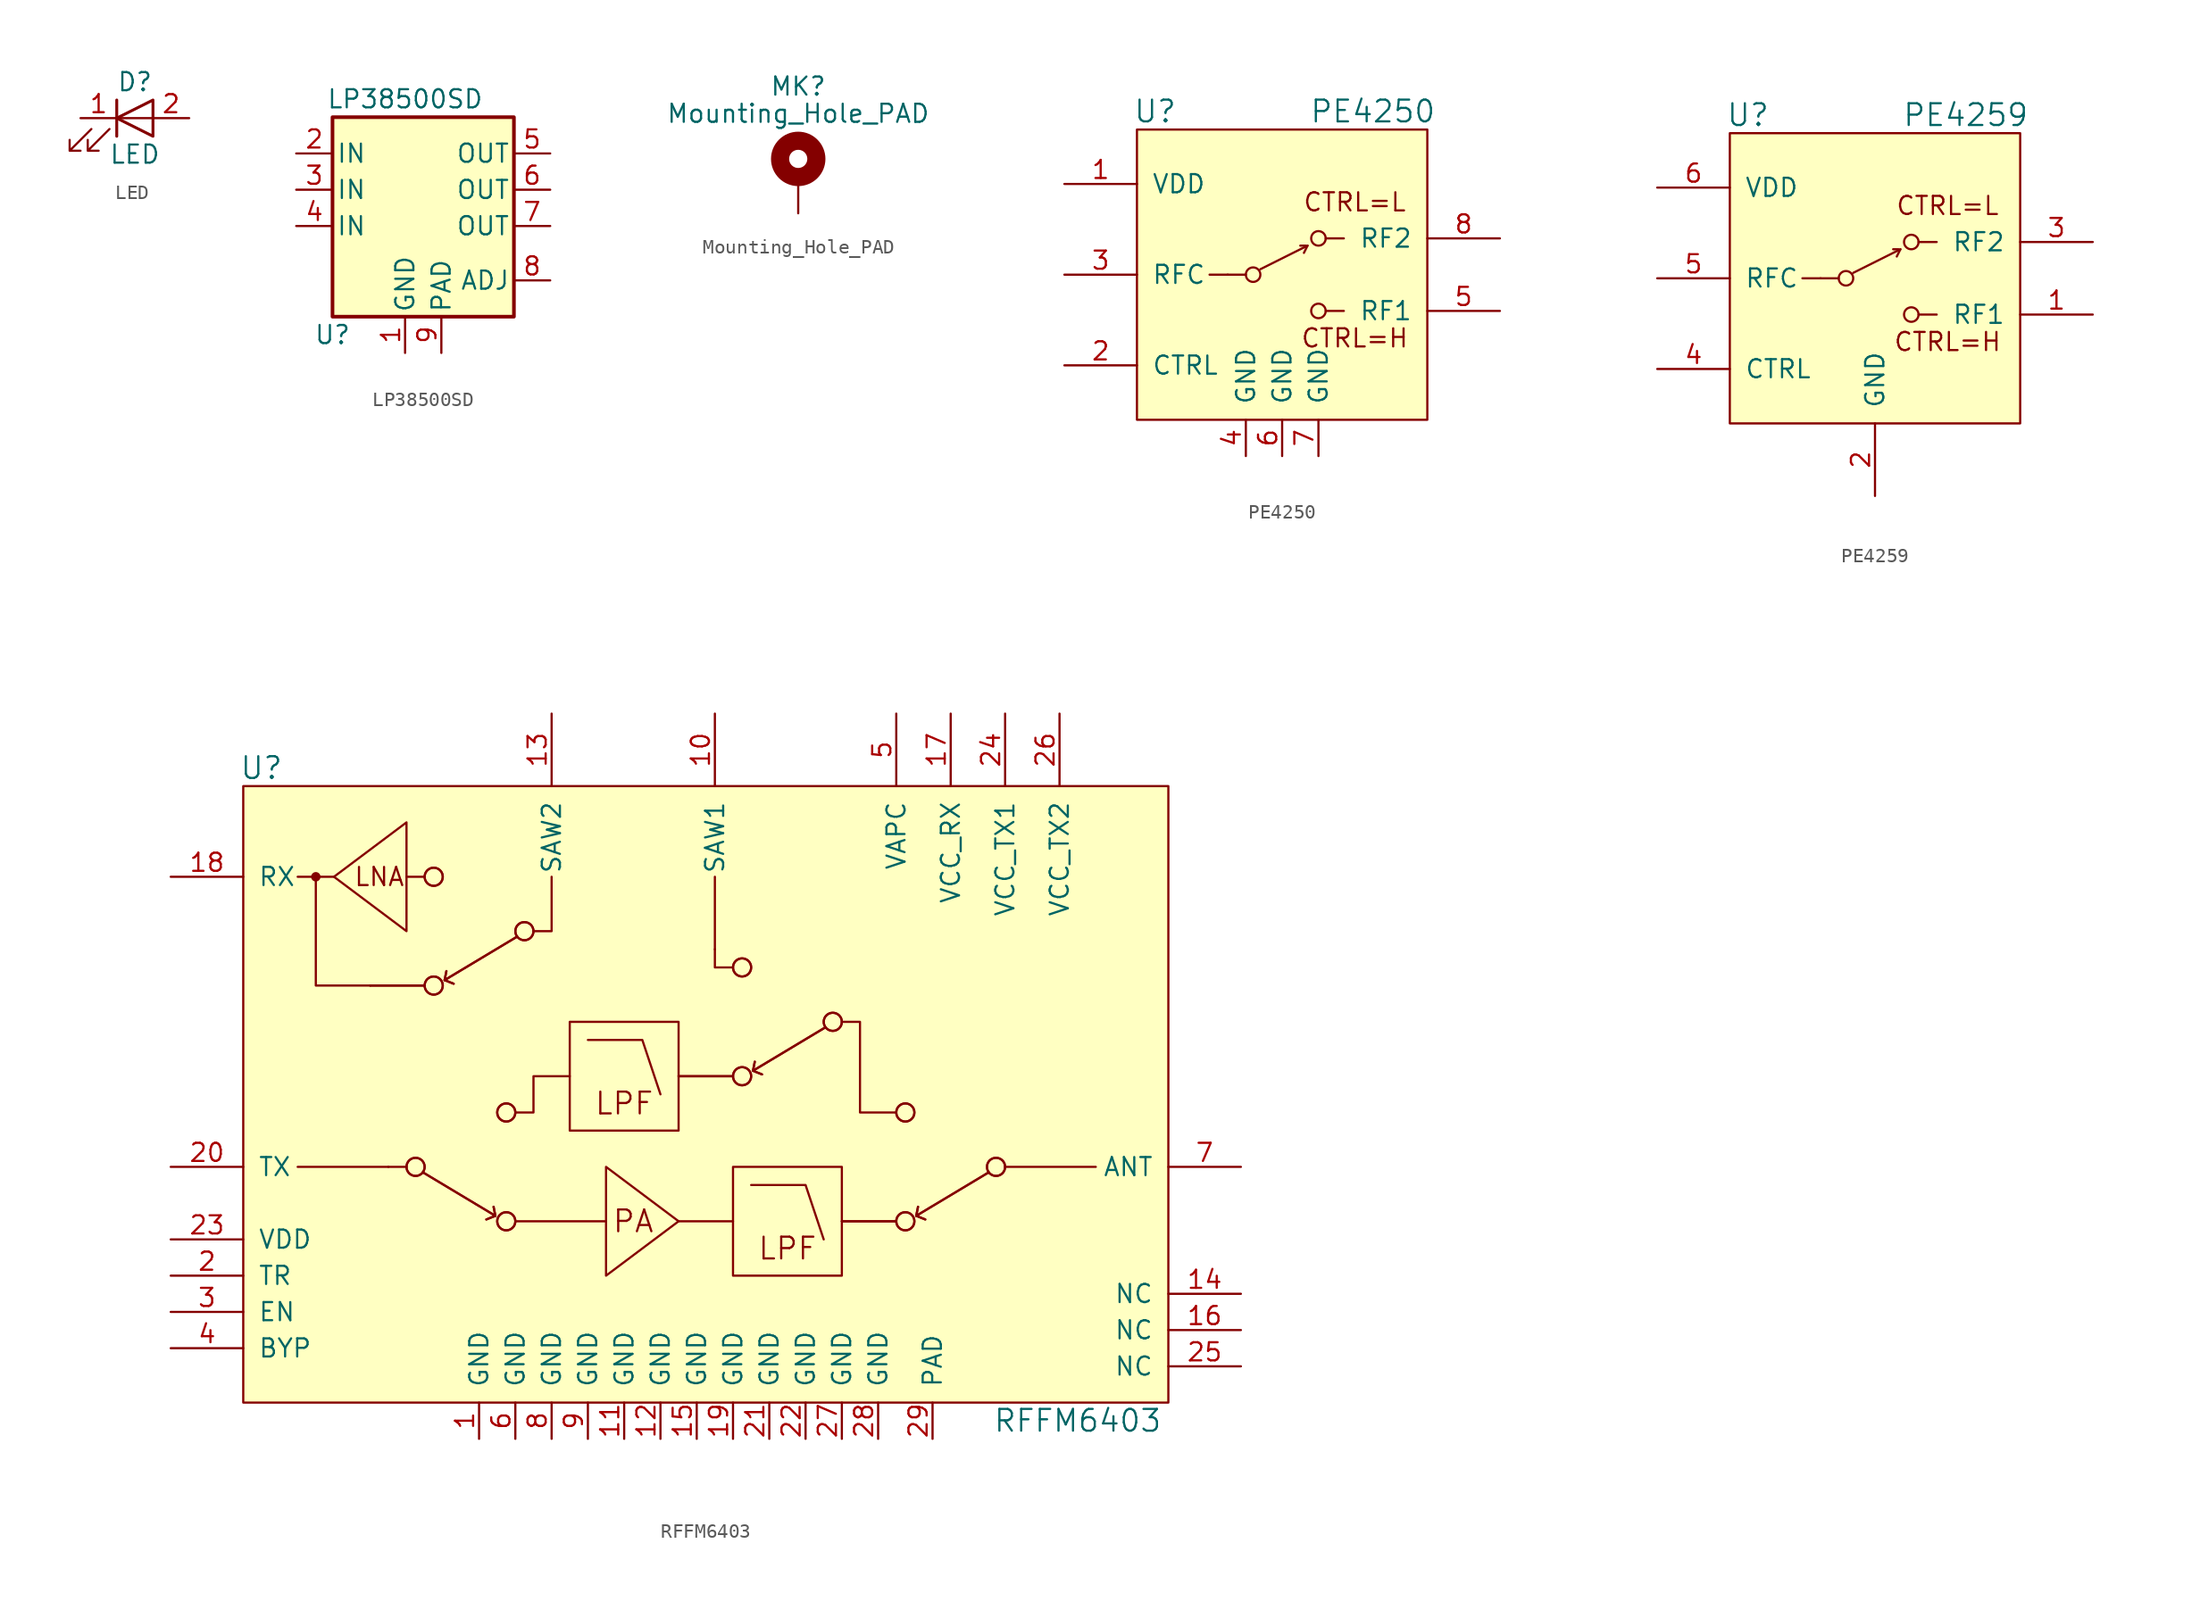
<source format=kicad_sym>
(kicad_symbol_lib
  (version 20210619)
  (generator kicad_symbol_editor)
  (symbol "openlst-hw:LED"
    (pin_names
      (offset 1.016) hide)
    (property "Reference" "D"
      (at 0 2.54 0)
      (effects (font (size 1.27 1.27))))
    (property "Value" "LED"
      (at 0 -2.54 0)
      (effects (font (size 1.27 1.27))))
    (symbol "LED_0_1"
      (polyline (pts (xy -1.27 -1.27) (xy -1.27 1.27)) (stroke (width 0.203)) (fill (type none)))
      (polyline (pts (xy -1.27 0) (xy 1.27 0)) (stroke (width 0)) (fill (type none)))
      (polyline (pts (xy 1.27 -1.27) (xy 1.27 1.27) (xy -1.27 0) (xy 1.27 -1.27)) (stroke (width 0.203)) (fill (type none)))
      (polyline (pts (xy -3.048 -0.762) (xy -4.572 -2.286) (xy -3.81 -2.286) (xy -4.572 -2.286) (xy -4.572 -1.524)) (stroke (width 0)) (fill (type none)))
      (polyline (pts (xy -1.778 -0.762) (xy -3.302 -2.286) (xy -2.54 -2.286) (xy -3.302 -2.286) (xy -3.302 -1.524)) (stroke (width 0)) (fill (type none))))
    (symbol "LED_1_1"
      (pin passive line (at -3.81 0 0) (length 2.54) (name "K" (effects (font (size 1.27 1.27)))) (number "1" (effects (font (size 1.27 1.27)))))
      (pin passive line (at 3.81 0 180) (length 2.54) (name "A" (effects (font (size 1.27 1.27)))) (number "2" (effects (font (size 1.27 1.27)))))))
  (symbol "openlst-hw:LP38500SD"
    (pin_names
      (offset 0.254))
    (property "Reference" "U"
      (at -6.35 -10.16 0)
      (effects (font (size 1.27 1.27))))
    (property "Value" "LP38500SD"
      (at -1.27 6.35 0)
      (effects (font (size 1.27 1.27))))
    (symbol "LP38500SD_0_0"
      (pin power_out line (at 8.89 0 180) (length 2.54) (name "OUT" (effects (font (size 1.27 1.27)))) (number "6" (effects (font (size 1.27 1.27)))))
      (pin power_out line (at 8.89 -2.54 180) (length 2.54) (name "OUT" (effects (font (size 1.27 1.27)))) (number "7" (effects (font (size 1.27 1.27)))))
      (pin input line (at 8.89 -6.35 180) (length 2.54) (name "ADJ" (effects (font (size 1.27 1.27)))) (number "8" (effects (font (size 1.27 1.27)))))
      (pin passive line (at 1.27 -11.43 90) (length 2.54) (name "PAD" (effects (font (size 1.27 1.27)))) (number "9" (effects (font (size 1.27 1.27))))))
    (symbol "LP38500SD_0_1"
      (rectangle (start -6.35 -8.89) (end 6.35 5.08) (stroke (width 0.254)) (fill (type background))))
    (symbol "LP38500SD_1_1"
      (pin power_in line (at -1.27 -11.43 90) (length 2.54) (name "GND" (effects (font (size 1.27 1.27)))) (number "1" (effects (font (size 1.27 1.27)))))
      (pin power_in line (at -8.89 2.54 0) (length 2.54) (name "IN" (effects (font (size 1.27 1.27)))) (number "2" (effects (font (size 1.27 1.27)))))
      (pin power_in line (at -8.89 0 0) (length 2.54) (name "IN" (effects (font (size 1.27 1.27)))) (number "3" (effects (font (size 1.27 1.27)))))
      (pin power_in line (at -8.89 -2.54 0) (length 2.54) (name "IN" (effects (font (size 1.27 1.27)))) (number "4" (effects (font (size 1.27 1.27)))))
      (pin power_out line (at 8.89 2.54 180) (length 2.54) (name "OUT" (effects (font (size 1.27 1.27)))) (number "5" (effects (font (size 1.27 1.27)))))))
  (symbol "openlst-hw:Mounting_Hole_PAD"
    (pin_numbers hide)
    (pin_names
      (offset 1.016) hide)
    (property "Reference" "MK"
      (at 0 6.35 0)
      (effects (font (size 1.27 1.27))))
    (property "Value" "Mounting_Hole_PAD"
      (at 0 4.445 0)
      (effects (font (size 1.27 1.27))))
    (symbol "Mounting_Hole_PAD_0_1"
      (circle (center 0 1.27) (radius 1.27) (stroke (width 1.27)) (fill (type none))))
    (symbol "Mounting_Hole_PAD_1_1"
      (pin input line (at 0 -2.54 90) (length 2.54) (name "1" (effects (font (size 1.27 1.27)))) (number "1" (effects (font (size 1.27 1.27)))))))
  (symbol "openlst-hw:PE4250"
    (pin_names
      (offset 1.016))
    (property "Reference" "U"
      (at -8.89 11.43 0)
      (effects (font (size 1.524 1.524))))
    (property "Value" "PE4250"
      (at 6.35 11.43 0)
      (effects (font (size 1.524 1.524))))
    (symbol "PE4250_0_0"
      (text "CTRL=H" (at 5.08 -4.445 0) (effects (font (size 1.27 1.27))))
      (text "CTRL=L" (at 5.08 5.08 0) (effects (font (size 1.27 1.27))))
      (pin passive line (at 0 -12.7 90) (length 2.54) (name "GND" (effects (font (size 1.27 1.27)))) (number "6" (effects (font (size 1.27 1.27)))))
      (pin passive line (at 2.54 -12.7 90) (length 2.54) (name "GND" (effects (font (size 1.27 1.27)))) (number "7" (effects (font (size 1.27 1.27))))))
    (symbol "PE4250_0_1"
      (circle (center -2.032 0) (radius 0.508) (stroke (width 0)) (fill (type none)))
      (circle (center 2.54 -2.54) (radius 0.508) (stroke (width 0)) (fill (type none)))
      (circle (center 2.54 2.54) (radius 0.508) (stroke (width 0)) (fill (type none)))
      (rectangle (start -10.16 10.16) (end 10.16 -10.16) (stroke (width 0)) (fill (type background)))
      (polyline (pts (xy -3.81 0) (xy -5.08 0)) (stroke (width 0)) (fill (type none)))
      (polyline (pts (xy -3.81 0) (xy -2.54 0)) (stroke (width 0)) (fill (type none)))
      (polyline (pts (xy -1.524 0.381) (xy 1.778 2.032)) (stroke (width 0)) (fill (type none)))
      (polyline (pts (xy 1.651 2.032) (xy 1.27 2.032)) (stroke (width 0)) (fill (type none)))
      (polyline (pts (xy 1.778 2.032) (xy 1.524 1.524)) (stroke (width 0)) (fill (type none)))
      (polyline (pts (xy 3.048 -2.54) (xy 4.318 -2.54)) (stroke (width 0)) (fill (type none)))
      (polyline (pts (xy 3.048 2.54) (xy 4.318 2.54)) (stroke (width 0)) (fill (type none))))
    (symbol "PE4250_1_1"
      (pin passive line (at -15.24 6.35 0) (length 5.08) (name "VDD" (effects (font (size 1.27 1.27)))) (number "1" (effects (font (size 1.27 1.27)))))
      (pin passive line (at -15.24 -6.35 0) (length 5.08) (name "CTRL" (effects (font (size 1.27 1.27)))) (number "2" (effects (font (size 1.27 1.27)))))
      (pin passive line (at -15.24 0 0) (length 5.08) (name "RFC" (effects (font (size 1.27 1.27)))) (number "3" (effects (font (size 1.27 1.27)))))
      (pin passive line (at -2.54 -12.7 90) (length 2.54) (name "GND" (effects (font (size 1.27 1.27)))) (number "4" (effects (font (size 1.27 1.27)))))
      (pin passive line (at 15.24 -2.54 180) (length 5.08) (name "RF1" (effects (font (size 1.27 1.27)))) (number "5" (effects (font (size 1.27 1.27)))))
      (pin passive line (at 15.24 2.54 180) (length 5.08) (name "RF2" (effects (font (size 1.27 1.27)))) (number "8" (effects (font (size 1.27 1.27)))))))
  (symbol "openlst-hw:PE4259"
    (pin_names
      (offset 1.016))
    (property "Reference" "U"
      (at -8.89 11.43 0)
      (effects (font (size 1.524 1.524))))
    (property "Value" "PE4259"
      (at 6.35 11.43 0)
      (effects (font (size 1.524 1.524))))
    (symbol "PE4259_0_0"
      (text "CTRL=H" (at 5.08 -4.445 0) (effects (font (size 1.27 1.27))))
      (text "CTRL=L" (at 5.08 5.08 0) (effects (font (size 1.27 1.27)))))
    (symbol "PE4259_0_1"
      (circle (center -2.032 0) (radius 0.508) (stroke (width 0)) (fill (type none)))
      (circle (center 2.54 -2.54) (radius 0.508) (stroke (width 0)) (fill (type none)))
      (circle (center 2.54 2.54) (radius 0.508) (stroke (width 0)) (fill (type none)))
      (rectangle (start -10.16 10.16) (end 10.16 -10.16) (stroke (width 0)) (fill (type background)))
      (polyline (pts (xy -3.81 0) (xy -5.08 0)) (stroke (width 0)) (fill (type none)))
      (polyline (pts (xy -3.81 0) (xy -2.54 0)) (stroke (width 0)) (fill (type none)))
      (polyline (pts (xy -1.524 0.381) (xy 1.778 2.032)) (stroke (width 0)) (fill (type none)))
      (polyline (pts (xy 1.651 2.032) (xy 1.27 2.032)) (stroke (width 0)) (fill (type none)))
      (polyline (pts (xy 1.778 2.032) (xy 1.524 1.524)) (stroke (width 0)) (fill (type none)))
      (polyline (pts (xy 3.048 -2.54) (xy 4.318 -2.54)) (stroke (width 0)) (fill (type none)))
      (polyline (pts (xy 3.048 2.54) (xy 4.318 2.54)) (stroke (width 0)) (fill (type none))))
    (symbol "PE4259_1_1"
      (pin passive line (at 15.24 -2.54 180) (length 5.08) (name "RF1" (effects (font (size 1.27 1.27)))) (number "1" (effects (font (size 1.27 1.27)))))
      (pin passive line (at 0 -15.24 90) (length 5.08) (name "GND" (effects (font (size 1.27 1.27)))) (number "2" (effects (font (size 1.27 1.27)))))
      (pin passive line (at 15.24 2.54 180) (length 5.08) (name "RF2" (effects (font (size 1.27 1.27)))) (number "3" (effects (font (size 1.27 1.27)))))
      (pin passive line (at -15.24 -6.35 0) (length 5.08) (name "CTRL" (effects (font (size 1.27 1.27)))) (number "4" (effects (font (size 1.27 1.27)))))
      (pin passive line (at -15.24 0 0) (length 5.08) (name "RFC" (effects (font (size 1.27 1.27)))) (number "5" (effects (font (size 1.27 1.27)))))
      (pin passive line (at -15.24 6.35 0) (length 5.08) (name "VDD" (effects (font (size 1.27 1.27)))) (number "6" (effects (font (size 1.27 1.27)))))))
  (symbol "openlst-hw:RFFM6403"
    (pin_names
      (offset 1.016))
    (property "Reference" "U"
      (at -30.48 22.86 0)
      (effects (font (size 1.524 1.524))))
    (property "Value" "RFFM6403"
      (at 26.67 -22.86 0)
      (effects (font (size 1.524 1.524))))
    (symbol "RFFM6403_0_0"
      (circle (center -26.67 15.24) (radius 0.254) (stroke (width 0)) (fill (type outline)))
      (text "LNA" (at -22.225 15.24 0) (effects (font (size 1.27 1.27))))
      (text "LPF" (at -5.08 -0.635 0) (effects (font (size 1.524 1.524))))
      (text "LPF" (at 6.35 -10.795 0) (effects (font (size 1.524 1.524))))
      (text "PA" (at -4.445 -8.89 0) (effects (font (size 1.524 1.524))))
      (rectangle (start -31.75 21.59) (end 33.02 -21.59) (stroke (width 0)) (fill (type background)))
      (polyline (pts (xy -25.4 15.24) (xy -27.94 15.24)) (stroke (width 0)) (fill (type none)))
      (polyline (pts (xy -22.86 7.62) (xy -19.05 7.62)) (stroke (width 0)) (fill (type none)))
      (polyline (pts (xy -22.86 7.62) (xy -19.05 7.62)) (stroke (width 0)) (fill (type none)))
      (polyline (pts (xy -21.59 -5.08) (xy -27.94 -5.08)) (stroke (width 0)) (fill (type none)))
      (polyline (pts (xy -20.32 15.24) (xy -19.05 15.24)) (stroke (width 0)) (fill (type none)))
      (polyline (pts (xy -1.27 -8.89) (xy 2.54 -8.89)) (stroke (width 0)) (fill (type none)))
      (polyline (pts (xy -1.27 1.27) (xy 2.54 1.27)) (stroke (width 0)) (fill (type none)))
      (polyline (pts (xy -1.27 1.27) (xy 2.54 1.27)) (stroke (width 0)) (fill (type none)))
      (polyline (pts (xy 1.27 10.16) (xy 1.27 15.24)) (stroke (width 0)) (fill (type none)))
      (polyline (pts (xy 10.16 -8.89) (xy 13.97 -8.89)) (stroke (width 0)) (fill (type none)))
      (polyline (pts (xy 10.16 -8.89) (xy 13.97 -8.89)) (stroke (width 0)) (fill (type none)))
      (polyline (pts (xy -22.86 7.62) (xy -26.67 7.62) (xy -26.67 15.24)) (stroke (width 0)) (fill (type none)))
      (polyline (pts (xy -11.43 11.43) (xy -10.16 11.43) (xy -10.16 15.24)) (stroke (width 0)) (fill (type none)))
      (polyline (pts (xy 2.54 8.89) (xy 1.27 8.89) (xy 1.27 10.16)) (stroke (width 0)) (fill (type none))))
    (symbol "RFFM6403_0_1"
      (circle (center -19.685 -5.08) (radius 0.635) (stroke (width 0)) (fill (type none)))
      (circle (center -19.685 -5.08) (radius 0.635) (stroke (width 0)) (fill (type none)))
      (circle (center -18.415 7.62) (radius 0.635) (stroke (width 0)) (fill (type none)))
      (circle (center -18.415 7.62) (radius 0.635) (stroke (width 0)) (fill (type none)))
      (circle (center -18.415 15.24) (radius 0.635) (stroke (width 0)) (fill (type none)))
      (circle (center -18.415 15.24) (radius 0.635) (stroke (width 0)) (fill (type none)))
      (circle (center -13.335 -8.89) (radius 0.635) (stroke (width 0)) (fill (type none)))
      (circle (center -13.335 -8.89) (radius 0.635) (stroke (width 0)) (fill (type none)))
      (circle (center -13.335 -1.27) (radius 0.635) (stroke (width 0)) (fill (type none)))
      (circle (center -13.335 -1.27) (radius 0.635) (stroke (width 0)) (fill (type none)))
      (circle (center -12.065 11.43) (radius 0.635) (stroke (width 0)) (fill (type none)))
      (circle (center -12.065 11.43) (radius 0.635) (stroke (width 0)) (fill (type none)))
      (circle (center 3.175 1.27) (radius 0.635) (stroke (width 0)) (fill (type none)))
      (circle (center 3.175 1.27) (radius 0.635) (stroke (width 0)) (fill (type none)))
      (circle (center 3.175 8.89) (radius 0.635) (stroke (width 0)) (fill (type none)))
      (circle (center 3.175 8.89) (radius 0.635) (stroke (width 0)) (fill (type none)))
      (circle (center 9.525 5.08) (radius 0.635) (stroke (width 0)) (fill (type none)))
      (circle (center 9.525 5.08) (radius 0.635) (stroke (width 0)) (fill (type none)))
      (circle (center 14.605 -8.89) (radius 0.635) (stroke (width 0)) (fill (type none)))
      (circle (center 14.605 -8.89) (radius 0.635) (stroke (width 0)) (fill (type none)))
      (circle (center 14.605 -1.27) (radius 0.635) (stroke (width 0)) (fill (type none)))
      (circle (center 14.605 -1.27) (radius 0.635) (stroke (width 0)) (fill (type none)))
      (circle (center 20.955 -5.08) (radius 0.635) (stroke (width 0)) (fill (type none)))
      (circle (center 20.955 -5.08) (radius 0.635) (stroke (width 0)) (fill (type none)))
      (rectangle (start -8.89 5.08) (end -1.27 -2.54) (stroke (width 0)) (fill (type none)))
      (rectangle (start 2.54 -5.08) (end 10.16 -12.7) (stroke (width 0)) (fill (type none)))
      (polyline (pts (xy -20.32 -5.08) (xy -21.59 -5.08)) (stroke (width 0)) (fill (type none)))
      (polyline (pts (xy -17.653 8.001) (xy -17.018 7.747)) (stroke (width 0)) (fill (type none)))
      (polyline (pts (xy -17.653 8.001) (xy -17.018 7.747)) (stroke (width 0)) (fill (type none)))
      (polyline (pts (xy -14.097 -8.509) (xy -14.732 -8.763)) (stroke (width 0)) (fill (type none)))
      (polyline (pts (xy -14.097 -8.509) (xy -14.732 -8.763)) (stroke (width 0)) (fill (type none)))
      (polyline (pts (xy -12.7 -8.89) (xy -6.35 -8.89)) (stroke (width 0)) (fill (type none)))
      (polyline (pts (xy 3.937 1.651) (xy 4.572 1.397)) (stroke (width 0)) (fill (type none)))
      (polyline (pts (xy 3.937 1.651) (xy 4.572 1.397)) (stroke (width 0)) (fill (type none)))
      (polyline (pts (xy 15.367 -8.509) (xy 16.002 -8.763)) (stroke (width 0)) (fill (type none)))
      (polyline (pts (xy 15.367 -8.509) (xy 16.002 -8.763)) (stroke (width 0)) (fill (type none)))
      (polyline (pts (xy 21.59 -5.08) (xy 27.94 -5.08)) (stroke (width 0)) (fill (type none)))
      (polyline (pts (xy -19.177 -5.461) (xy -14.097 -8.509) (xy -14.224 -7.874)) (stroke (width 0)) (fill (type none)))
      (polyline (pts (xy -19.177 -5.461) (xy -14.097 -8.509) (xy -14.224 -7.874)) (stroke (width 0)) (fill (type none)))
      (polyline (pts (xy -12.573 11.049) (xy -17.653 8.001) (xy -17.526 8.636)) (stroke (width 0)) (fill (type none)))
      (polyline (pts (xy -12.573 11.049) (xy -17.653 8.001) (xy -17.526 8.636)) (stroke (width 0)) (fill (type none)))
      (polyline (pts (xy -7.62 3.81) (xy -3.81 3.81) (xy -2.54 0)) (stroke (width 0)) (fill (type none)))
      (polyline (pts (xy 3.81 -6.35) (xy 7.62 -6.35) (xy 8.89 -10.16)) (stroke (width 0)) (fill (type none)))
      (polyline (pts (xy 9.017 4.699) (xy 3.937 1.651) (xy 4.064 2.286)) (stroke (width 0)) (fill (type none)))
      (polyline (pts (xy 9.017 4.699) (xy 3.937 1.651) (xy 4.064 2.286)) (stroke (width 0)) (fill (type none)))
      (polyline (pts (xy 20.447 -5.461) (xy 15.367 -8.509) (xy 15.494 -7.874)) (stroke (width 0)) (fill (type none)))
      (polyline (pts (xy 20.447 -5.461) (xy 15.367 -8.509) (xy 15.494 -7.874)) (stroke (width 0)) (fill (type none)))
      (polyline (pts (xy -20.32 11.43) (xy -20.32 19.05) (xy -25.4 15.24) (xy -20.32 11.43)) (stroke (width 0)) (fill (type none)))
      (polyline (pts (xy -12.7 -1.27) (xy -11.43 -1.27) (xy -11.43 1.27) (xy -8.89 1.27)) (stroke (width 0)) (fill (type none)))
      (polyline (pts (xy -6.35 -12.7) (xy -6.35 -5.08) (xy -1.27 -8.89) (xy -6.35 -12.7)) (stroke (width 0)) (fill (type none)))
      (polyline (pts (xy 13.97 -1.27) (xy 11.43 -1.27) (xy 11.43 5.08) (xy 10.16 5.08)) (stroke (width 0)) (fill (type none))))
    (symbol "RFFM6403_1_1"
      (pin passive line (at -15.24 -24.13 90) (length 2.54) (name "GND" (effects (font (size 1.27 1.27)))) (number "1" (effects (font (size 1.27 1.27)))))
      (pin passive line (at 1.27 26.67 270) (length 5.08) (name "SAW1" (effects (font (size 1.27 1.27)))) (number "10" (effects (font (size 1.27 1.27)))))
      (pin passive line (at -5.08 -24.13 90) (length 2.54) (name "GND" (effects (font (size 1.27 1.27)))) (number "11" (effects (font (size 1.27 1.27)))))
      (pin passive line (at -2.54 -24.13 90) (length 2.54) (name "GND" (effects (font (size 1.27 1.27)))) (number "12" (effects (font (size 1.27 1.27)))))
      (pin passive line (at -10.16 26.67 270) (length 5.08) (name "SAW2" (effects (font (size 1.27 1.27)))) (number "13" (effects (font (size 1.27 1.27)))))
      (pin passive line (at 38.1 -13.97 180) (length 5.08) (name "NC" (effects (font (size 1.27 1.27)))) (number "14" (effects (font (size 1.27 1.27)))))
      (pin passive line (at 0 -24.13 90) (length 2.54) (name "GND" (effects (font (size 1.27 1.27)))) (number "15" (effects (font (size 1.27 1.27)))))
      (pin passive line (at 38.1 -16.51 180) (length 5.08) (name "NC" (effects (font (size 1.27 1.27)))) (number "16" (effects (font (size 1.27 1.27)))))
      (pin passive line (at 17.78 26.67 270) (length 5.08) (name "VCC_RX" (effects (font (size 1.27 1.27)))) (number "17" (effects (font (size 1.27 1.27)))))
      (pin passive line (at -36.83 15.24 0) (length 5.08) (name "RX" (effects (font (size 1.27 1.27)))) (number "18" (effects (font (size 1.27 1.27)))))
      (pin passive line (at 2.54 -24.13 90) (length 2.54) (name "GND" (effects (font (size 1.27 1.27)))) (number "19" (effects (font (size 1.27 1.27)))))
      (pin passive line (at -36.83 -12.7 0) (length 5.08) (name "TR" (effects (font (size 1.27 1.27)))) (number "2" (effects (font (size 1.27 1.27)))))
      (pin passive line (at -36.83 -5.08 0) (length 5.08) (name "TX" (effects (font (size 1.27 1.27)))) (number "20" (effects (font (size 1.27 1.27)))))
      (pin passive line (at 5.08 -24.13 90) (length 2.54) (name "GND" (effects (font (size 1.27 1.27)))) (number "21" (effects (font (size 1.27 1.27)))))
      (pin passive line (at 7.62 -24.13 90) (length 2.54) (name "GND" (effects (font (size 1.27 1.27)))) (number "22" (effects (font (size 1.27 1.27)))))
      (pin passive line (at -36.83 -10.16 0) (length 5.08) (name "VDD" (effects (font (size 1.27 1.27)))) (number "23" (effects (font (size 1.27 1.27)))))
      (pin passive line (at 21.59 26.67 270) (length 5.08) (name "VCC_TX1" (effects (font (size 1.27 1.27)))) (number "24" (effects (font (size 1.27 1.27)))))
      (pin passive line (at 38.1 -19.05 180) (length 5.08) (name "NC" (effects (font (size 1.27 1.27)))) (number "25" (effects (font (size 1.27 1.27)))))
      (pin passive line (at 25.4 26.67 270) (length 5.08) (name "VCC_TX2" (effects (font (size 1.27 1.27)))) (number "26" (effects (font (size 1.27 1.27)))))
      (pin passive line (at 10.16 -24.13 90) (length 2.54) (name "GND" (effects (font (size 1.27 1.27)))) (number "27" (effects (font (size 1.27 1.27)))))
      (pin passive line (at 12.7 -24.13 90) (length 2.54) (name "GND" (effects (font (size 1.27 1.27)))) (number "28" (effects (font (size 1.27 1.27)))))
      (pin passive line (at 16.51 -24.13 90) (length 2.54) (name "PAD" (effects (font (size 1.27 1.27)))) (number "29" (effects (font (size 1.27 1.27)))))
      (pin passive line (at -36.83 -15.24 0) (length 5.08) (name "EN" (effects (font (size 1.27 1.27)))) (number "3" (effects (font (size 1.27 1.27)))))
      (pin passive line (at -36.83 -17.78 0) (length 5.08) (name "BYP" (effects (font (size 1.27 1.27)))) (number "4" (effects (font (size 1.27 1.27)))))
      (pin passive line (at 13.97 26.67 270) (length 5.08) (name "VAPC" (effects (font (size 1.27 1.27)))) (number "5" (effects (font (size 1.27 1.27)))))
      (pin passive line (at -12.7 -24.13 90) (length 2.54) (name "GND" (effects (font (size 1.27 1.27)))) (number "6" (effects (font (size 1.27 1.27)))))
      (pin passive line (at 38.1 -5.08 180) (length 5.08) (name "ANT" (effects (font (size 1.27 1.27)))) (number "7" (effects (font (size 1.27 1.27)))))
      (pin passive line (at -10.16 -24.13 90) (length 2.54) (name "GND" (effects (font (size 1.27 1.27)))) (number "8" (effects (font (size 1.27 1.27)))))
      (pin passive line (at -7.62 -24.13 90) (length 2.54) (name "GND" (effects (font (size 1.27 1.27)))) (number "9" (effects (font (size 1.27 1.27))))))))
</source>
